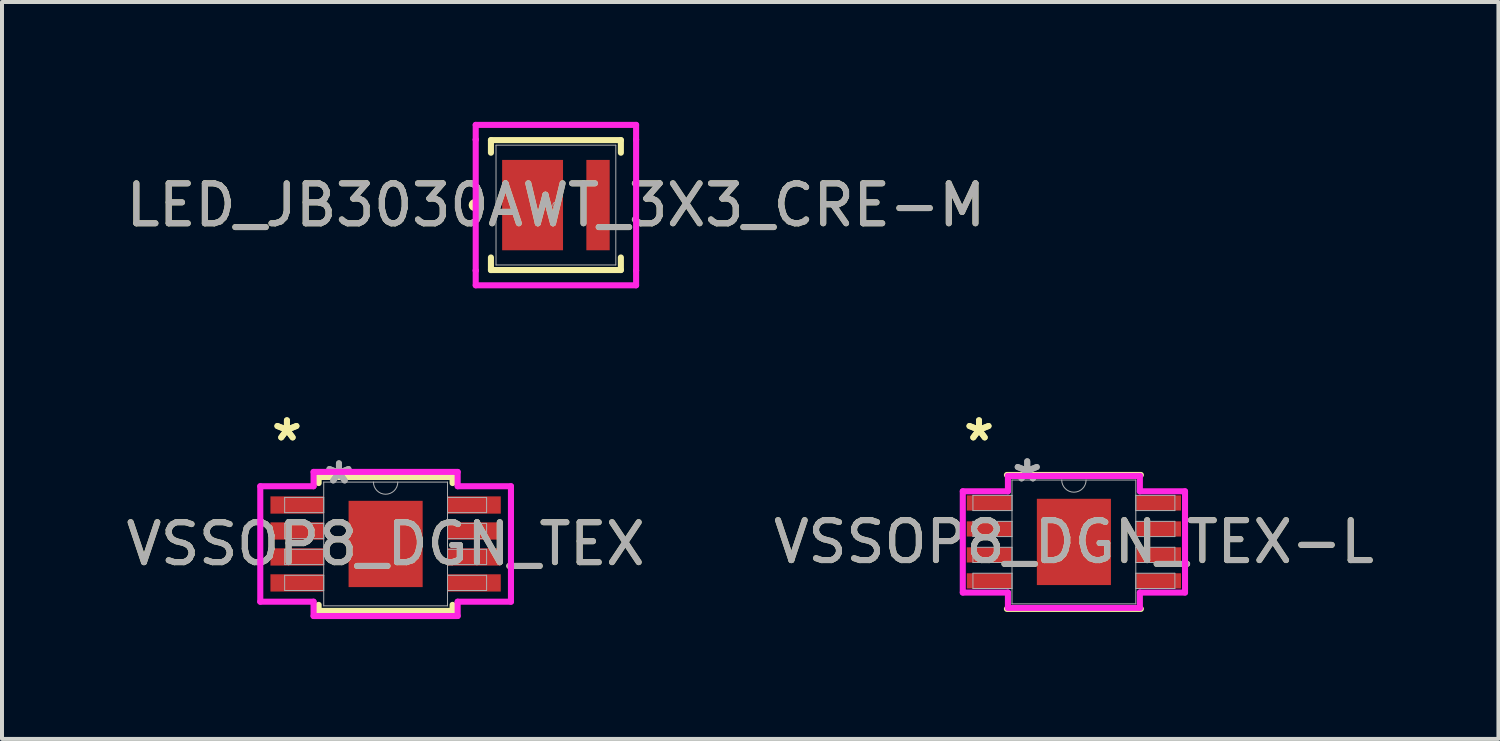
<source format=kicad_pcb>
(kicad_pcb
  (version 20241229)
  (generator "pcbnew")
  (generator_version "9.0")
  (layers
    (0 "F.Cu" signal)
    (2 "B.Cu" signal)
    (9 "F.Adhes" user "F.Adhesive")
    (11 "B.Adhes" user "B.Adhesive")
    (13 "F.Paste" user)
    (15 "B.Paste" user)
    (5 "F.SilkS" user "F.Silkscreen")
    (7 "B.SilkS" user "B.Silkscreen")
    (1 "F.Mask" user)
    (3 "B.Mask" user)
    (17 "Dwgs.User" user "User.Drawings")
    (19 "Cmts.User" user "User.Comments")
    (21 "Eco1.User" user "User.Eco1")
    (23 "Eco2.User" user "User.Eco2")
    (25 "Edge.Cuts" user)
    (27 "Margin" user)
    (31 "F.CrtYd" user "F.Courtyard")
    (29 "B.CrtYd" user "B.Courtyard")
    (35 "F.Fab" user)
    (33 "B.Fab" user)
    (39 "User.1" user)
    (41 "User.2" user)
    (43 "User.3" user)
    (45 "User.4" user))
  (footprint "LED_JB3030AWT_3X3_CRE-M"
    (layer "F.Cu")
    (at 10.863 2.083)
    (property "Reference" "LED_JB3030AWT_3X3_CRE-M" (at 0 0 0) (unlocked yes) (layer "F.SilkS") (effects (font (size 1 1) (thickness 0.15))))
    (attr smd)
    (fp_line (start -1.626 -1.626) (end -1.626 -1.311) (stroke (width 0.152) (type solid)) (layer "F.SilkS"))
    (fp_line (start -1.626 1.311) (end -1.626 1.626) (stroke (width 0.152) (type solid)) (layer "F.SilkS"))
    (fp_line (start -1.626 1.626) (end 1.626 1.626) (stroke (width 0.152) (type solid)) (layer "F.SilkS"))
    (fp_line (start 1.626 -1.626) (end -1.626 -1.626) (stroke (width 0.152) (type solid)) (layer "F.SilkS"))
    (fp_line (start 1.626 -1.311) (end 1.626 -1.626) (stroke (width 0.152) (type solid)) (layer "F.SilkS"))
    (fp_line (start 1.626 1.626) (end 1.626 1.311) (stroke (width 0.152) (type solid)) (layer "F.SilkS"))
    (fp_circle (center -2.032 0) (end -1.956 0) (stroke (width 0.152) (type solid)) (fill no) (layer "F.SilkS"))
    (fp_line (start -2.007 -2.007) (end 2.007 -2.007) (stroke (width 0.152) (type solid)) (layer "F.CrtYd"))
    (fp_line (start -2.007 -1.638) (end -2.007 -2.007) (stroke (width 0.152) (type solid)) (layer "F.CrtYd"))
    (fp_line (start -2.007 -1.638) (end -2.007 -1.638) (stroke (width 0.152) (type solid)) (layer "F.CrtYd"))
    (fp_line (start -2.007 1.638) (end -2.007 -1.638) (stroke (width 0.152) (type solid)) (layer "F.CrtYd"))
    (fp_line (start -2.007 1.638) (end -2.007 1.638) (stroke (width 0.152) (type solid)) (layer "F.CrtYd"))
    (fp_line (start -2.007 2.007) (end -2.007 1.638) (stroke (width 0.152) (type solid)) (layer "F.CrtYd"))
    (fp_line (start 2.007 -2.007) (end 2.007 -1.638) (stroke (width 0.152) (type solid)) (layer "F.CrtYd"))
    (fp_line (start 2.007 -1.638) (end 2.007 -1.638) (stroke (width 0.152) (type solid)) (layer "F.CrtYd"))
    (fp_line (start 2.007 -1.638) (end 2.007 1.638) (stroke (width 0.152) (type solid)) (layer "F.CrtYd"))
    (fp_line (start 2.007 1.638) (end 2.007 1.638) (stroke (width 0.152) (type solid)) (layer "F.CrtYd"))
    (fp_line (start 2.007 1.638) (end 2.007 2.007) (stroke (width 0.152) (type solid)) (layer "F.CrtYd"))
    (fp_line (start 2.007 2.007) (end -2.007 2.007) (stroke (width 0.152) (type solid)) (layer "F.CrtYd"))
    (fp_line (start -1.499 -1.499) (end -1.499 1.499) (stroke (width 0.025) (type solid)) (layer "F.Fab"))
    (fp_line (start -1.499 1.499) (end 1.499 1.499) (stroke (width 0.025) (type solid)) (layer "F.Fab"))
    (fp_line (start 1.499 -1.499) (end -1.499 -1.499) (stroke (width 0.025) (type solid)) (layer "F.Fab"))
    (fp_line (start 1.499 1.499) (end 1.499 -1.499) (stroke (width 0.025) (type solid)) (layer "F.Fab"))
    (fp_circle (center 0 0) (end 0.076 0) (stroke (width 0.025) (type solid)) (fill no) (layer "F.Fab"))
    (fp_text user "${REFERENCE}" (at 0 0 0) (unlocked yes) (layer "F.Fab") (effects (font (size 1 1) (thickness 0.15))))
    (pad "1" smd rect (at -0.584 0) (size 1.524 2.261) (layers "F.Cu" "F.Mask" "F.Paste"))
    (pad "2" smd rect (at 1.054 0) (size 0.584 2.261) (layers "F.Cu" "F.Mask" "F.Paste")))
  (footprint "VSSOP8_DGN_TEX"
    (layer "F.Cu")
    (at 6.601 10.564)
    (property "Reference" "VSSOP8_DGN_TEX" (at 0 0 0) (unlocked yes) (layer "F.SilkS") (effects (font (size 1 1) (thickness 0.15))))
    (attr smd)
    (fp_line (start -1.676 -1.676) (end -1.676 -1.524) (stroke (width 0.152) (type solid)) (layer "F.SilkS"))
    (fp_line (start -1.676 1.524) (end -1.676 1.676) (stroke (width 0.152) (type solid)) (layer "F.SilkS"))
    (fp_line (start -1.676 1.676) (end 1.676 1.676) (stroke (width 0.152) (type solid)) (layer "F.SilkS"))
    (fp_line (start 1.676 -1.676) (end -1.676 -1.676) (stroke (width 0.152) (type solid)) (layer "F.SilkS"))
    (fp_line (start 1.676 -1.524) (end 1.676 -1.676) (stroke (width 0.152) (type solid)) (layer "F.SilkS"))
    (fp_line (start 1.676 1.676) (end 1.676 1.524) (stroke (width 0.152) (type solid)) (layer "F.SilkS"))
    (fp_line (start -3.137 -1.445) (end -1.803 -1.445) (stroke (width 0.152) (type solid)) (layer "F.CrtYd"))
    (fp_line (start -3.137 1.445) (end -3.137 -1.445) (stroke (width 0.152) (type solid)) (layer "F.CrtYd"))
    (fp_line (start -3.137 1.445) (end -1.803 1.445) (stroke (width 0.152) (type solid)) (layer "F.CrtYd"))
    (fp_line (start -1.803 -1.803) (end 1.803 -1.803) (stroke (width 0.152) (type solid)) (layer "F.CrtYd"))
    (fp_line (start -1.803 -1.445) (end -1.803 -1.803) (stroke (width 0.152) (type solid)) (layer "F.CrtYd"))
    (fp_line (start -1.803 1.803) (end -1.803 1.445) (stroke (width 0.152) (type solid)) (layer "F.CrtYd"))
    (fp_line (start 1.803 -1.803) (end 1.803 -1.445) (stroke (width 0.152) (type solid)) (layer "F.CrtYd"))
    (fp_line (start 1.803 1.445) (end 1.803 1.803) (stroke (width 0.152) (type solid)) (layer "F.CrtYd"))
    (fp_line (start 1.803 1.803) (end -1.803 1.803) (stroke (width 0.152) (type solid)) (layer "F.CrtYd"))
    (fp_line (start 3.137 -1.445) (end 1.803 -1.445) (stroke (width 0.152) (type solid)) (layer "F.CrtYd"))
    (fp_line (start 3.137 -1.445) (end 3.137 1.445) (stroke (width 0.152) (type solid)) (layer "F.CrtYd"))
    (fp_line (start 3.137 1.445) (end 1.803 1.445) (stroke (width 0.152) (type solid)) (layer "F.CrtYd"))
    (fp_line (start -2.527 -1.165) (end -2.527 -0.784) (stroke (width 0.025) (type solid)) (layer "F.Fab"))
    (fp_line (start -2.527 -0.784) (end -1.549 -0.784) (stroke (width 0.025) (type solid)) (layer "F.Fab"))
    (fp_line (start -2.527 -0.515) (end -2.527 -0.134) (stroke (width 0.025) (type solid)) (layer "F.Fab"))
    (fp_line (start -2.527 -0.134) (end -1.549 -0.134) (stroke (width 0.025) (type solid)) (layer "F.Fab"))
    (fp_line (start -2.527 0.134) (end -2.527 0.515) (stroke (width 0.025) (type solid)) (layer "F.Fab"))
    (fp_line (start -2.527 0.515) (end -1.549 0.515) (stroke (width 0.025) (type solid)) (layer "F.Fab"))
    (fp_line (start -2.527 0.784) (end -2.527 1.165) (stroke (width 0.025) (type solid)) (layer "F.Fab"))
    (fp_line (start -2.527 1.165) (end -1.549 1.165) (stroke (width 0.025) (type solid)) (layer "F.Fab"))
    (fp_line (start -1.549 -1.549) (end -1.549 1.549) (stroke (width 0.025) (type solid)) (layer "F.Fab"))
    (fp_line (start -1.549 -1.165) (end -2.527 -1.165) (stroke (width 0.025) (type solid)) (layer "F.Fab"))
    (fp_line (start -1.549 -0.784) (end -1.549 -1.165) (stroke (width 0.025) (type solid)) (layer "F.Fab"))
    (fp_line (start -1.549 -0.515) (end -2.527 -0.515) (stroke (width 0.025) (type solid)) (layer "F.Fab"))
    (fp_line (start -1.549 -0.134) (end -1.549 -0.515) (stroke (width 0.025) (type solid)) (layer "F.Fab"))
    (fp_line (start -1.549 0.134) (end -2.527 0.134) (stroke (width 0.025) (type solid)) (layer "F.Fab"))
    (fp_line (start -1.549 0.515) (end -1.549 0.134) (stroke (width 0.025) (type solid)) (layer "F.Fab"))
    (fp_line (start -1.549 0.784) (end -2.527 0.784) (stroke (width 0.025) (type solid)) (layer "F.Fab"))
    (fp_line (start -1.549 1.165) (end -1.549 0.784) (stroke (width 0.025) (type solid)) (layer "F.Fab"))
    (fp_line (start -1.549 1.549) (end 1.549 1.549) (stroke (width 0.025) (type solid)) (layer "F.Fab"))
    (fp_line (start 1.549 -1.549) (end -1.549 -1.549) (stroke (width 0.025) (type solid)) (layer "F.Fab"))
    (fp_line (start 1.549 -1.165) (end 1.549 -0.784) (stroke (width 0.025) (type solid)) (layer "F.Fab"))
    (fp_line (start 1.549 -0.784) (end 2.527 -0.784) (stroke (width 0.025) (type solid)) (layer "F.Fab"))
    (fp_line (start 1.549 -0.515) (end 1.549 -0.134) (stroke (width 0.025) (type solid)) (layer "F.Fab"))
    (fp_line (start 1.549 -0.134) (end 2.527 -0.134) (stroke (width 0.025) (type solid)) (layer "F.Fab"))
    (fp_line (start 1.549 0.134) (end 1.549 0.515) (stroke (width 0.025) (type solid)) (layer "F.Fab"))
    (fp_line (start 1.549 0.515) (end 2.527 0.515) (stroke (width 0.025) (type solid)) (layer "F.Fab"))
    (fp_line (start 1.549 0.784) (end 1.549 1.165) (stroke (width 0.025) (type solid)) (layer "F.Fab"))
    (fp_line (start 1.549 1.165) (end 2.527 1.165) (stroke (width 0.025) (type solid)) (layer "F.Fab"))
    (fp_line (start 1.549 1.549) (end 1.549 -1.549) (stroke (width 0.025) (type solid)) (layer "F.Fab"))
    (fp_line (start 2.527 -1.165) (end 1.549 -1.165) (stroke (width 0.025) (type solid)) (layer "F.Fab"))
    (fp_line (start 2.527 -0.784) (end 2.527 -1.165) (stroke (width 0.025) (type solid)) (layer "F.Fab"))
    (fp_line (start 2.527 -0.515) (end 1.549 -0.515) (stroke (width 0.025) (type solid)) (layer "F.Fab"))
    (fp_line (start 2.527 -0.134) (end 2.527 -0.515) (stroke (width 0.025) (type solid)) (layer "F.Fab"))
    (fp_line (start 2.527 0.134) (end 1.549 0.134) (stroke (width 0.025) (type solid)) (layer "F.Fab"))
    (fp_line (start 2.527 0.515) (end 2.527 0.134) (stroke (width 0.025) (type solid)) (layer "F.Fab"))
    (fp_line (start 2.527 0.784) (end 1.549 0.784) (stroke (width 0.025) (type solid)) (layer "F.Fab"))
    (fp_line (start 2.527 1.165) (end 2.527 0.784) (stroke (width 0.025) (type solid)) (layer "F.Fab"))
    (fp_arc (start 0.3048 -1.5494) (mid 0 -1.2446) (end -0.3048 -1.5494) (stroke (width 0.0254) (type solid)) (layer "F.Fab"))
    (fp_text user "*" (at -2.47 -2.55 0) (layer "F.SilkS") (effects (font (size 1 1) (thickness 0.15))))
    (fp_text user "*" (at -2.47 -2.55 0) (unlocked yes) (layer "F.SilkS") (effects (font (size 1 1) (thickness 0.15))))
    (fp_text user "${REFERENCE}" (at 0 0 0) (unlocked yes) (layer "F.Fab") (effects (font (size 1 1) (thickness 0.15))))
    (fp_text user "*" (at -1.168 -1.473 0) (layer "F.Fab") (effects (font (size 1 1) (thickness 0.15))))
    (fp_text user "*" (at -1.168 -1.473 0) (unlocked yes) (layer "F.Fab") (effects (font (size 1 1) (thickness 0.15))))
    (pad "1" smd rect (at -2.216 -0.975) (size 1.333 0.432) (layers "F.Cu" "F.Mask" "F.Paste"))
    (pad "2" smd rect (at -2.216 -0.325) (size 1.333 0.432) (layers "F.Cu" "F.Mask" "F.Paste"))
    (pad "3" smd rect (at -2.216 0.325) (size 1.333 0.432) (layers "F.Cu" "F.Mask" "F.Paste"))
    (pad "4" smd rect (at -2.216 0.975) (size 1.333 0.432) (layers "F.Cu" "F.Mask" "F.Paste"))
    (pad "5" smd rect (at 2.216 0.975) (size 1.333 0.432) (layers "F.Cu" "F.Mask" "F.Paste"))
    (pad "6" smd rect (at 2.216 0.325) (size 1.333 0.432) (layers "F.Cu" "F.Mask" "F.Paste"))
    (pad "7" smd rect (at 2.216 -0.325) (size 1.333 0.432) (layers "F.Cu" "F.Mask" "F.Paste"))
    (pad "8" smd rect (at 2.216 -0.975) (size 1.333 0.432) (layers "F.Cu" "F.Mask" "F.Paste"))
    (pad "EPAD" smd rect (at 0 0) (size 1.854 2.159) (layers "F.Cu" "F.Mask" "F.Paste")))
  (footprint "VSSOP8_DGN_TEX-L"
    (layer "F.Cu")
    (at 23.827 10.513)
    (property "Reference" "VSSOP8_DGN_TEX-L" (at 0 0 0) (unlocked yes) (layer "F.SilkS") (effects (font (size 1 1) (thickness 0.15))))
    (attr smd)
    (fp_line (start -1.676 1.676) (end 1.676 1.676) (stroke (width 0.152) (type solid)) (layer "F.SilkS"))
    (fp_line (start 1.676 -1.676) (end -1.676 -1.676) (stroke (width 0.152) (type solid)) (layer "F.SilkS"))
    (fp_line (start -2.781 -1.267) (end -1.651 -1.267) (stroke (width 0.152) (type solid)) (layer "F.CrtYd"))
    (fp_line (start -2.781 1.267) (end -2.781 -1.267) (stroke (width 0.152) (type solid)) (layer "F.CrtYd"))
    (fp_line (start -2.781 1.267) (end -1.651 1.267) (stroke (width 0.152) (type solid)) (layer "F.CrtYd"))
    (fp_line (start -1.651 -1.651) (end 1.651 -1.651) (stroke (width 0.152) (type solid)) (layer "F.CrtYd"))
    (fp_line (start -1.651 -1.267) (end -1.651 -1.651) (stroke (width 0.152) (type solid)) (layer "F.CrtYd"))
    (fp_line (start -1.651 1.651) (end -1.651 1.267) (stroke (width 0.152) (type solid)) (layer "F.CrtYd"))
    (fp_line (start 1.651 -1.651) (end 1.651 -1.267) (stroke (width 0.152) (type solid)) (layer "F.CrtYd"))
    (fp_line (start 1.651 1.267) (end 1.651 1.651) (stroke (width 0.152) (type solid)) (layer "F.CrtYd"))
    (fp_line (start 1.651 1.651) (end -1.651 1.651) (stroke (width 0.152) (type solid)) (layer "F.CrtYd"))
    (fp_line (start 2.781 -1.267) (end 1.651 -1.267) (stroke (width 0.152) (type solid)) (layer "F.CrtYd"))
    (fp_line (start 2.781 -1.267) (end 2.781 1.267) (stroke (width 0.152) (type solid)) (layer "F.CrtYd"))
    (fp_line (start 2.781 1.267) (end 1.651 1.267) (stroke (width 0.152) (type solid)) (layer "F.CrtYd"))
    (fp_line (start -2.527 -1.165) (end -2.527 -0.784) (stroke (width 0.025) (type solid)) (layer "F.Fab"))
    (fp_line (start -2.527 -0.784) (end -1.549 -0.784) (stroke (width 0.025) (type solid)) (layer "F.Fab"))
    (fp_line (start -2.527 -0.515) (end -2.527 -0.134) (stroke (width 0.025) (type solid)) (layer "F.Fab"))
    (fp_line (start -2.527 -0.134) (end -1.549 -0.134) (stroke (width 0.025) (type solid)) (layer "F.Fab"))
    (fp_line (start -2.527 0.134) (end -2.527 0.515) (stroke (width 0.025) (type solid)) (layer "F.Fab"))
    (fp_line (start -2.527 0.515) (end -1.549 0.515) (stroke (width 0.025) (type solid)) (layer "F.Fab"))
    (fp_line (start -2.527 0.784) (end -2.527 1.165) (stroke (width 0.025) (type solid)) (layer "F.Fab"))
    (fp_line (start -2.527 1.165) (end -1.549 1.165) (stroke (width 0.025) (type solid)) (layer "F.Fab"))
    (fp_line (start -1.549 -1.549) (end -1.549 1.549) (stroke (width 0.025) (type solid)) (layer "F.Fab"))
    (fp_line (start -1.549 -1.165) (end -2.527 -1.165) (stroke (width 0.025) (type solid)) (layer "F.Fab"))
    (fp_line (start -1.549 -0.784) (end -1.549 -1.165) (stroke (width 0.025) (type solid)) (layer "F.Fab"))
    (fp_line (start -1.549 -0.515) (end -2.527 -0.515) (stroke (width 0.025) (type solid)) (layer "F.Fab"))
    (fp_line (start -1.549 -0.134) (end -1.549 -0.515) (stroke (width 0.025) (type solid)) (layer "F.Fab"))
    (fp_line (start -1.549 0.134) (end -2.527 0.134) (stroke (width 0.025) (type solid)) (layer "F.Fab"))
    (fp_line (start -1.549 0.515) (end -1.549 0.134) (stroke (width 0.025) (type solid)) (layer "F.Fab"))
    (fp_line (start -1.549 0.784) (end -2.527 0.784) (stroke (width 0.025) (type solid)) (layer "F.Fab"))
    (fp_line (start -1.549 1.165) (end -1.549 0.784) (stroke (width 0.025) (type solid)) (layer "F.Fab"))
    (fp_line (start -1.549 1.549) (end 1.549 1.549) (stroke (width 0.025) (type solid)) (layer "F.Fab"))
    (fp_line (start 1.549 -1.549) (end -1.549 -1.549) (stroke (width 0.025) (type solid)) (layer "F.Fab"))
    (fp_line (start 1.549 -1.165) (end 1.549 -0.784) (stroke (width 0.025) (type solid)) (layer "F.Fab"))
    (fp_line (start 1.549 -0.784) (end 2.527 -0.784) (stroke (width 0.025) (type solid)) (layer "F.Fab"))
    (fp_line (start 1.549 -0.515) (end 1.549 -0.134) (stroke (width 0.025) (type solid)) (layer "F.Fab"))
    (fp_line (start 1.549 -0.134) (end 2.527 -0.134) (stroke (width 0.025) (type solid)) (layer "F.Fab"))
    (fp_line (start 1.549 0.134) (end 1.549 0.515) (stroke (width 0.025) (type solid)) (layer "F.Fab"))
    (fp_line (start 1.549 0.515) (end 2.527 0.515) (stroke (width 0.025) (type solid)) (layer "F.Fab"))
    (fp_line (start 1.549 0.784) (end 1.549 1.165) (stroke (width 0.025) (type solid)) (layer "F.Fab"))
    (fp_line (start 1.549 1.165) (end 2.527 1.165) (stroke (width 0.025) (type solid)) (layer "F.Fab"))
    (fp_line (start 1.549 1.549) (end 1.549 -1.549) (stroke (width 0.025) (type solid)) (layer "F.Fab"))
    (fp_line (start 2.527 -1.165) (end 1.549 -1.165) (stroke (width 0.025) (type solid)) (layer "F.Fab"))
    (fp_line (start 2.527 -0.784) (end 2.527 -1.165) (stroke (width 0.025) (type solid)) (layer "F.Fab"))
    (fp_line (start 2.527 -0.515) (end 1.549 -0.515) (stroke (width 0.025) (type solid)) (layer "F.Fab"))
    (fp_line (start 2.527 -0.134) (end 2.527 -0.515) (stroke (width 0.025) (type solid)) (layer "F.Fab"))
    (fp_line (start 2.527 0.134) (end 1.549 0.134) (stroke (width 0.025) (type solid)) (layer "F.Fab"))
    (fp_line (start 2.527 0.515) (end 2.527 0.134) (stroke (width 0.025) (type solid)) (layer "F.Fab"))
    (fp_line (start 2.527 0.784) (end 1.549 0.784) (stroke (width 0.025) (type solid)) (layer "F.Fab"))
    (fp_line (start 2.527 1.165) (end 2.527 0.784) (stroke (width 0.025) (type solid)) (layer "F.Fab"))
    (fp_arc (start 0.3048 -1.5494) (mid 0 -1.2446) (end -0.3048 -1.5494) (stroke (width 0.0254) (type solid)) (layer "F.Fab"))
    (fp_text user "*" (at -2.375 -2.499 0) (layer "F.SilkS") (effects (font (size 1 1) (thickness 0.15))))
    (fp_text user "*" (at -2.375 -2.499 0) (unlocked yes) (layer "F.SilkS") (effects (font (size 1 1) (thickness 0.15))))
    (fp_text user "${REFERENCE}" (at 0 0 0) (unlocked yes) (layer "F.Fab") (effects (font (size 1 1) (thickness 0.15))))
    (fp_text user "*" (at -1.168 -1.473 0) (layer "F.Fab") (effects (font (size 1 1) (thickness 0.15))))
    (fp_text user "*" (at -1.168 -1.473 0) (unlocked yes) (layer "F.Fab") (effects (font (size 1 1) (thickness 0.15))))
    (pad "1" smd rect (at -2.121 -0.975) (size 1.118 0.381) (layers "F.Cu" "F.Mask" "F.Paste"))
    (pad "2" smd rect (at -2.121 -0.325) (size 1.118 0.381) (layers "F.Cu" "F.Mask" "F.Paste"))
    (pad "3" smd rect (at -2.121 0.325) (size 1.118 0.381) (layers "F.Cu" "F.Mask" "F.Paste"))
    (pad "4" smd rect (at -2.121 0.975) (size 1.118 0.381) (layers "F.Cu" "F.Mask" "F.Paste"))
    (pad "5" smd rect (at 2.121 0.975) (size 1.118 0.381) (layers "F.Cu" "F.Mask" "F.Paste"))
    (pad "6" smd rect (at 2.121 0.325) (size 1.118 0.381) (layers "F.Cu" "F.Mask" "F.Paste"))
    (pad "7" smd rect (at 2.121 -0.325) (size 1.118 0.381) (layers "F.Cu" "F.Mask" "F.Paste"))
    (pad "8" smd rect (at 2.121 -0.975) (size 1.118 0.381) (layers "F.Cu" "F.Mask" "F.Paste"))
    (pad "EPAD" smd rect (at 0 0) (size 1.854 2.159) (layers "F.Cu" "F.Mask" "F.Paste")))
  (gr_rect
    (start -3 -3)
    (end 34.452 15.443)
    (stroke (width 0.1) (type default))
    (fill no)
    (layer "Edge.Cuts")))
</source>
